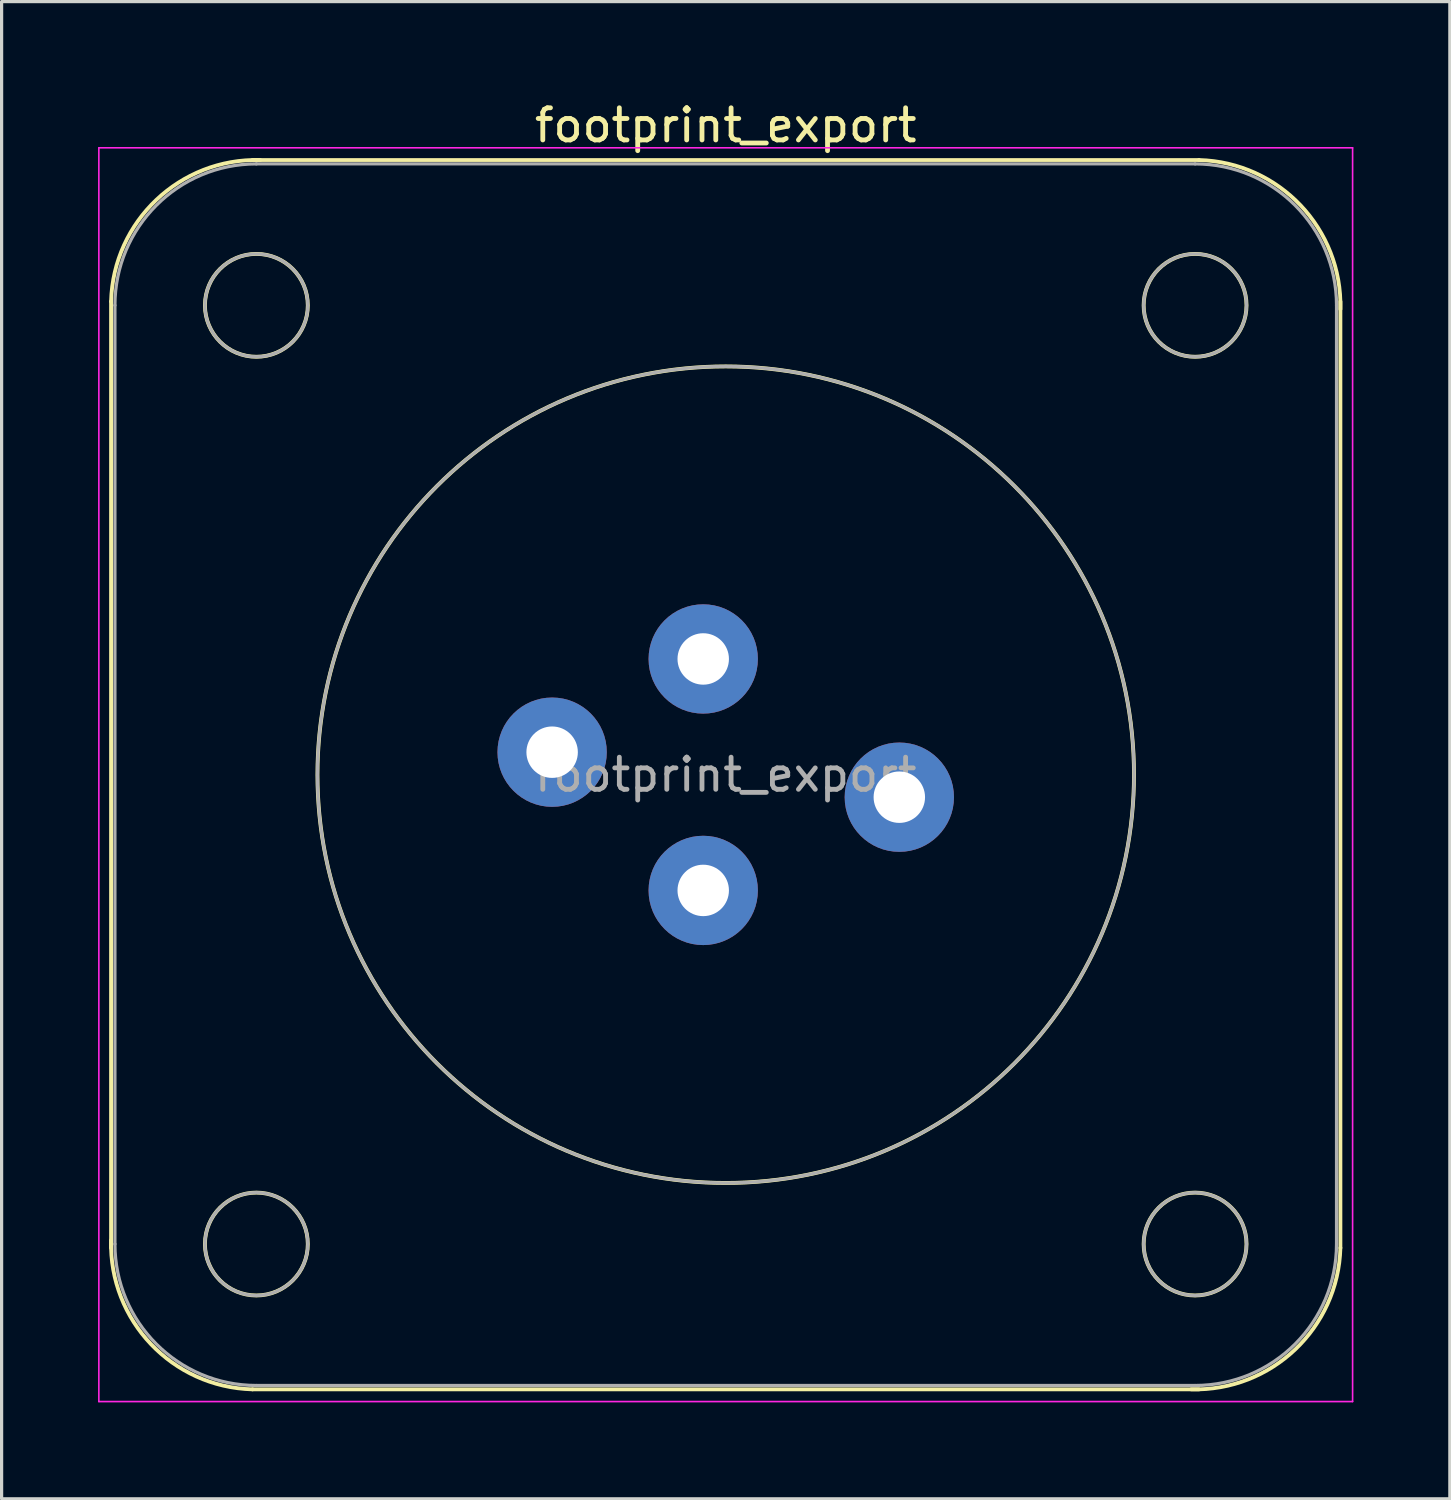
<source format=kicad_pcb>
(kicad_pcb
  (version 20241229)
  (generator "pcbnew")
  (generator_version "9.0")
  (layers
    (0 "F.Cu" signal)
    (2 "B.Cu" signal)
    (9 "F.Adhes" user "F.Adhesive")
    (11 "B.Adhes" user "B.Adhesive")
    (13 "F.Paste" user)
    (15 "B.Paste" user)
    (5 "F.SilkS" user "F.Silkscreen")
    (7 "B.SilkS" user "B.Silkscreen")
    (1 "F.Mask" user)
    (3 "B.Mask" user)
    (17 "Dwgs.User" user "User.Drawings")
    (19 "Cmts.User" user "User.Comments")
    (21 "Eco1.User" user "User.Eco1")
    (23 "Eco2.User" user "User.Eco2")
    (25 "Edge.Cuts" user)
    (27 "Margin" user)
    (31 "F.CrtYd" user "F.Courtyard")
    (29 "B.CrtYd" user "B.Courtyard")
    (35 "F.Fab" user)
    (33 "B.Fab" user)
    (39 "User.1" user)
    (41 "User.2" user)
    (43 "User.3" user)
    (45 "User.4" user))
  (footprint "footprint_export"
    (layer "F.Cu")
    (at 18.825 17.448)
    (property "Reference" "footprint_export" (at 0.7 -16.6 0) (layer "F.SilkS") (effects (font (size 1 1) (thickness 0.15))))
    (attr through_hole)
    (fp_line (start -18.42 18.32) (end -18.42 -11.12) (stroke (width 0.12) (type solid)) (layer "F.SilkS"))
    (fp_line (start -14.02 -15.52) (end 15.42 -15.52) (stroke (width 0.12) (type solid)) (layer "F.SilkS"))
    (fp_line (start -14.02 22.72) (end 15.42 22.72) (stroke (width 0.12) (type solid)) (layer "F.SilkS"))
    (fp_line (start 19.82 18.32) (end 19.82 -11.12) (stroke (width 0.12) (type solid)) (layer "F.SilkS"))
    (fp_arc (start -18.42 -11.12) (mid -17.01127 -14.280975) (end -13.78 -15.52) (stroke (width 0.12) (type solid)) (layer "F.SilkS"))
    (fp_arc (start -14.02 22.72) (mid -17.180975 21.31127) (end -18.42 18.08) (stroke (width 0.12) (type solid)) (layer "F.SilkS"))
    (fp_arc (start 15.42 -15.52) (mid 18.580975 -14.11127) (end 19.82 -10.88) (stroke (width 0.12) (type solid)) (layer "F.SilkS"))
    (fp_arc (start 19.82 18.32) (mid 18.41127 21.480975) (end 15.18 22.72) (stroke (width 0.12) (type solid)) (layer "F.SilkS"))
    (fp_circle (center -13.9 -11) (end -12.3 -11) (stroke (width 0.12) (type solid)) (fill no) (layer "F.SilkS"))
    (fp_circle (center -13.9 18.2) (end -12.3 18.2) (stroke (width 0.12) (type solid)) (fill no) (layer "F.SilkS"))
    (fp_circle (center 0.7 3.6) (end 13.4 3.6) (stroke (width 0.12) (type solid)) (fill no) (layer "F.SilkS"))
    (fp_circle (center 15.3 -11) (end 16.9 -11) (stroke (width 0.12) (type solid)) (fill no) (layer "F.SilkS"))
    (fp_circle (center 15.3 18.2) (end 16.9 18.2) (stroke (width 0.12) (type solid)) (fill no) (layer "F.SilkS"))
    (fp_line (start -18.8 -15.9) (end 20.2 -15.9) (stroke (width 0.05) (type solid)) (layer "F.CrtYd"))
    (fp_line (start -18.8 23.1) (end -18.8 -15.9) (stroke (width 0.05) (type solid)) (layer "F.CrtYd"))
    (fp_line (start -18.8 23.1) (end 20.2 23.1) (stroke (width 0.05) (type solid)) (layer "F.CrtYd"))
    (fp_line (start 20.2 23.1) (end 20.2 -15.9) (stroke (width 0.05) (type solid)) (layer "F.CrtYd"))
    (fp_line (start -18.3 18.2) (end -18.3 -11) (stroke (width 0.1) (type solid)) (layer "F.Fab"))
    (fp_line (start -13.9 -15.4) (end 15.3 -15.4) (stroke (width 0.1) (type solid)) (layer "F.Fab"))
    (fp_line (start -13.9 22.6) (end 15.3 22.6) (stroke (width 0.1) (type solid)) (layer "F.Fab"))
    (fp_line (start 19.7 18.2) (end 19.7 -11) (stroke (width 0.1) (type solid)) (layer "F.Fab"))
    (fp_arc (start -18.3 -11) (mid -17.01127 -14.11127) (end -13.9 -15.4) (stroke (width 0.1) (type solid)) (layer "F.Fab"))
    (fp_arc (start -13.9 22.6) (mid -17.01127 21.31127) (end -18.3 18.2) (stroke (width 0.1) (type solid)) (layer "F.Fab"))
    (fp_arc (start 15.3 -15.4) (mid 18.41127 -14.11127) (end 19.7 -11) (stroke (width 0.1) (type solid)) (layer "F.Fab"))
    (fp_arc (start 19.7 18.2) (mid 18.41127 21.31127) (end 15.3 22.6) (stroke (width 0.1) (type solid)) (layer "F.Fab"))
    (fp_circle (center -13.9 -11) (end -12.3 -11) (stroke (width 0.1) (type solid)) (fill no) (layer "F.Fab"))
    (fp_circle (center -13.9 18.2) (end -12.3 18.2) (stroke (width 0.1) (type solid)) (fill no) (layer "F.Fab"))
    (fp_circle (center 0.7 3.6) (end 13.4 3.6) (stroke (width 0.1) (type solid)) (fill no) (layer "F.Fab"))
    (fp_circle (center 15.3 -11) (end 13.7 -11) (stroke (width 0.1) (type solid)) (fill no) (layer "F.Fab"))
    (fp_circle (center 15.3 18.2) (end 13.7 18.2) (stroke (width 0.1) (type solid)) (fill no) (layer "F.Fab"))
    (fp_text user "${REFERENCE}" (at 0.7 3.6 0) (layer "F.Fab") (effects (font (size 1 1) (thickness 0.15))))
    (pad "1+" thru_hole circle (at 0 0) (size 3.4 3.4) (drill 1.6) (layers "*.Cu" "*.Mask"))
    (pad "1-" thru_hole circle (at -4.7 2.9) (size 3.4 3.4) (drill 1.6) (layers "*.Cu" "*.Mask"))
    (pad "2+" thru_hole circle (at 0 7.2) (size 3.4 3.4) (drill 1.6) (layers "*.Cu" "*.Mask"))
    (pad "2-" thru_hole circle (at 6.1 4.3) (size 3.4 3.4) (drill 1.6) (layers "*.Cu" "*.Mask")))
  (gr_rect
    (start -3 -3)
    (end 42.05 43.573)
    (stroke (width 0.1) (type default))
    (fill no)
    (layer "Edge.Cuts")))
</source>
